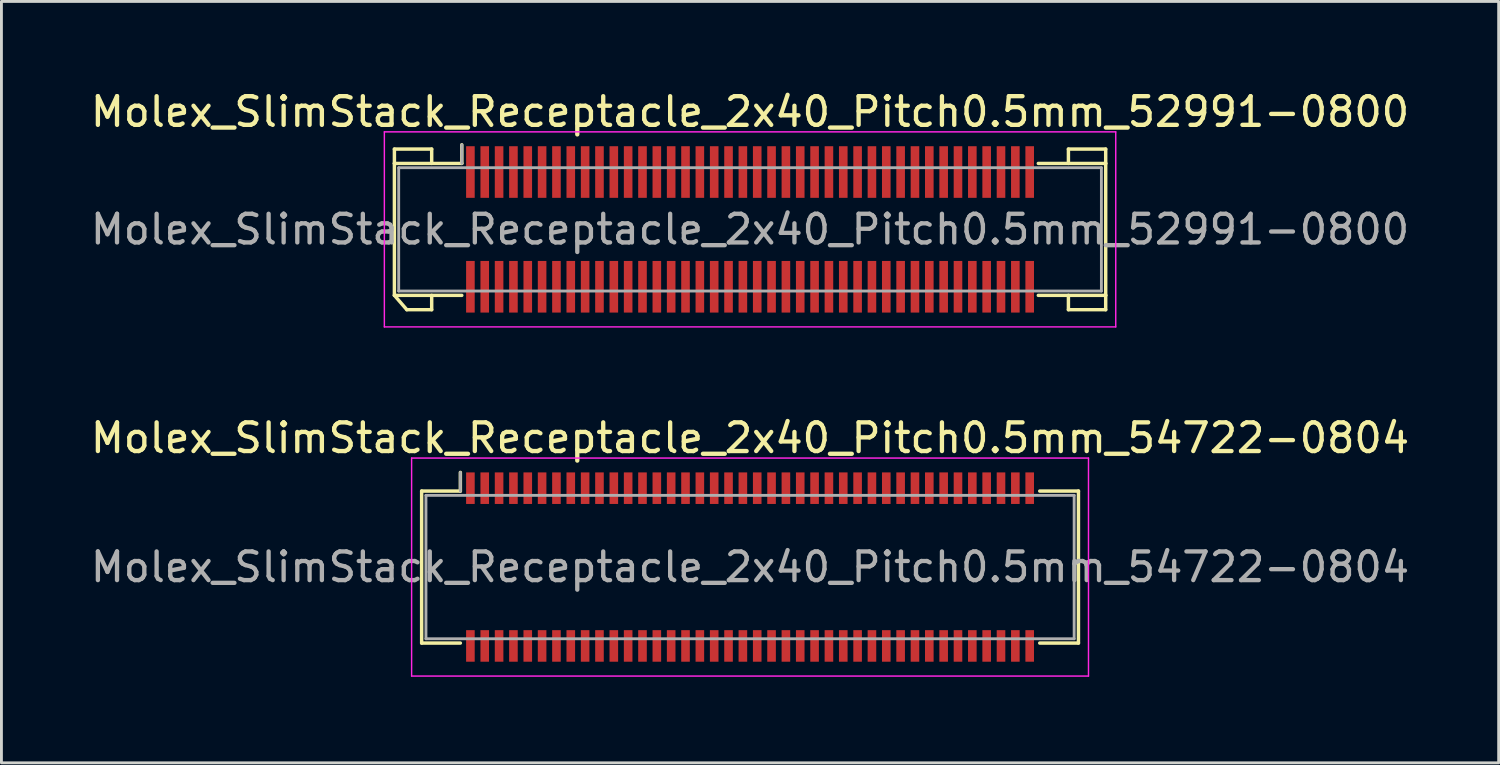
<source format=kicad_pcb>
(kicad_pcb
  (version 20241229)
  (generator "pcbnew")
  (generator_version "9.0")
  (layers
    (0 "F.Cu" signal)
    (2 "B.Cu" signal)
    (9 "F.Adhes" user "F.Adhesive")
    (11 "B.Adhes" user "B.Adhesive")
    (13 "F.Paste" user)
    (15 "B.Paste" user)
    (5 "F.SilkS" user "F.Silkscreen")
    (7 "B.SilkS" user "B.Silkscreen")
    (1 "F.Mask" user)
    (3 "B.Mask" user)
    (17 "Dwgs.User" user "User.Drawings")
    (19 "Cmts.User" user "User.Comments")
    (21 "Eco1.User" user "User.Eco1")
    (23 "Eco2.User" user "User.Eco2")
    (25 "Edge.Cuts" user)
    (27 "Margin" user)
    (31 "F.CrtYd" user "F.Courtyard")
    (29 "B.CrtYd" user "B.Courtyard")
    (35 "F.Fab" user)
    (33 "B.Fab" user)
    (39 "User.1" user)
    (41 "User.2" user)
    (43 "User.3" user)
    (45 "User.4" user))
  (footprint "Molex_SlimStack_Receptacle_2x40_Pitch0.5mm_54722-0804"
    (layer "F.Cu")
    (at 23.101 16.721)
    (property "Reference" "Molex_SlimStack_Receptacle_2x40_Pitch0.5mm_54722-0804" (at 0 -4.5 0) (layer "F.SilkS") (effects (font (size 1 1) (thickness 0.15))))
    (attr smd)
    (fp_line (start -11.45 -2.65) (end -10.1 -2.65) (stroke (width 0.12) (type solid)) (layer "F.SilkS"))
    (fp_line (start -11.45 2.65) (end -11.45 -2.65) (stroke (width 0.12) (type solid)) (layer "F.SilkS"))
    (fp_line (start -10.1 -2.65) (end -10.1 -3.3) (stroke (width 0.12) (type solid)) (layer "F.SilkS"))
    (fp_line (start -10.1 2.65) (end -11.45 2.65) (stroke (width 0.12) (type solid)) (layer "F.SilkS"))
    (fp_line (start 10.1 2.65) (end 11.45 2.65) (stroke (width 0.12) (type solid)) (layer "F.SilkS"))
    (fp_line (start 11.45 -2.65) (end 10.1 -2.65) (stroke (width 0.12) (type solid)) (layer "F.SilkS"))
    (fp_line (start 11.45 2.65) (end 11.45 -2.65) (stroke (width 0.12) (type solid)) (layer "F.SilkS"))
    (fp_line (start -11.8 -3.8) (end -11.8 3.8) (stroke (width 0.05) (type solid)) (layer "F.CrtYd"))
    (fp_line (start -11.8 3.8) (end 11.8 3.8) (stroke (width 0.05) (type solid)) (layer "F.CrtYd"))
    (fp_line (start 11.8 -3.8) (end -11.8 -3.8) (stroke (width 0.05) (type solid)) (layer "F.CrtYd"))
    (fp_line (start 11.8 3.8) (end 11.8 -3.8) (stroke (width 0.05) (type solid)) (layer "F.CrtYd"))
    (fp_line (start -11.3 -2.5) (end -11.3 2.5) (stroke (width 0.1) (type solid)) (layer "F.Fab"))
    (fp_line (start -11.3 2.5) (end 11.3 2.5) (stroke (width 0.1) (type solid)) (layer "F.Fab"))
    (fp_line (start -10.1 -2.65) (end -10.1 -3.3) (stroke (width 0.1) (type solid)) (layer "F.Fab"))
    (fp_line (start 11.3 -2.5) (end -11.3 -2.5) (stroke (width 0.1) (type solid)) (layer "F.Fab"))
    (fp_line (start 11.3 2.5) (end 11.3 -2.5) (stroke (width 0.1) (type solid)) (layer "F.Fab"))
    (fp_text user "${REFERENCE}" (at 0 0 0) (layer "F.Fab") (effects (font (size 1 1) (thickness 0.15))))
    (pad "1" smd rect (at -9.75 -2.75) (size 0.3 1.1) (layers "F.Cu" "F.Mask" "F.Paste"))
    (pad "2" smd rect (at -9.75 2.75) (size 0.3 1.1) (layers "F.Cu" "F.Mask" "F.Paste"))
    (pad "3" smd rect (at -9.25 -2.75) (size 0.3 1.1) (layers "F.Cu" "F.Mask" "F.Paste"))
    (pad "4" smd rect (at -9.25 2.75) (size 0.3 1.1) (layers "F.Cu" "F.Mask" "F.Paste"))
    (pad "5" smd rect (at -8.75 -2.75) (size 0.3 1.1) (layers "F.Cu" "F.Mask" "F.Paste"))
    (pad "6" smd rect (at -8.75 2.75) (size 0.3 1.1) (layers "F.Cu" "F.Mask" "F.Paste"))
    (pad "7" smd rect (at -8.25 -2.75) (size 0.3 1.1) (layers "F.Cu" "F.Mask" "F.Paste"))
    (pad "8" smd rect (at -8.25 2.75) (size 0.3 1.1) (layers "F.Cu" "F.Mask" "F.Paste"))
    (pad "9" smd rect (at -7.75 -2.75) (size 0.3 1.1) (layers "F.Cu" "F.Mask" "F.Paste"))
    (pad "10" smd rect (at -7.75 2.75) (size 0.3 1.1) (layers "F.Cu" "F.Mask" "F.Paste"))
    (pad "11" smd rect (at -7.25 -2.75) (size 0.3 1.1) (layers "F.Cu" "F.Mask" "F.Paste"))
    (pad "12" smd rect (at -7.25 2.75) (size 0.3 1.1) (layers "F.Cu" "F.Mask" "F.Paste"))
    (pad "13" smd rect (at -6.75 -2.75) (size 0.3 1.1) (layers "F.Cu" "F.Mask" "F.Paste"))
    (pad "14" smd rect (at -6.75 2.75) (size 0.3 1.1) (layers "F.Cu" "F.Mask" "F.Paste"))
    (pad "15" smd rect (at -6.25 -2.75) (size 0.3 1.1) (layers "F.Cu" "F.Mask" "F.Paste"))
    (pad "16" smd rect (at -6.25 2.75) (size 0.3 1.1) (layers "F.Cu" "F.Mask" "F.Paste"))
    (pad "17" smd rect (at -5.75 -2.75) (size 0.3 1.1) (layers "F.Cu" "F.Mask" "F.Paste"))
    (pad "18" smd rect (at -5.75 2.75) (size 0.3 1.1) (layers "F.Cu" "F.Mask" "F.Paste"))
    (pad "19" smd rect (at -5.25 -2.75) (size 0.3 1.1) (layers "F.Cu" "F.Mask" "F.Paste"))
    (pad "20" smd rect (at -5.25 2.75) (size 0.3 1.1) (layers "F.Cu" "F.Mask" "F.Paste"))
    (pad "21" smd rect (at -4.75 -2.75) (size 0.3 1.1) (layers "F.Cu" "F.Mask" "F.Paste"))
    (pad "22" smd rect (at -4.75 2.75) (size 0.3 1.1) (layers "F.Cu" "F.Mask" "F.Paste"))
    (pad "23" smd rect (at -4.25 -2.75) (size 0.3 1.1) (layers "F.Cu" "F.Mask" "F.Paste"))
    (pad "24" smd rect (at -4.25 2.75) (size 0.3 1.1) (layers "F.Cu" "F.Mask" "F.Paste"))
    (pad "25" smd rect (at -3.75 -2.75) (size 0.3 1.1) (layers "F.Cu" "F.Mask" "F.Paste"))
    (pad "26" smd rect (at -3.75 2.75) (size 0.3 1.1) (layers "F.Cu" "F.Mask" "F.Paste"))
    (pad "27" smd rect (at -3.25 -2.75) (size 0.3 1.1) (layers "F.Cu" "F.Mask" "F.Paste"))
    (pad "28" smd rect (at -3.25 2.75) (size 0.3 1.1) (layers "F.Cu" "F.Mask" "F.Paste"))
    (pad "29" smd rect (at -2.75 -2.75) (size 0.3 1.1) (layers "F.Cu" "F.Mask" "F.Paste"))
    (pad "30" smd rect (at -2.75 2.75) (size 0.3 1.1) (layers "F.Cu" "F.Mask" "F.Paste"))
    (pad "31" smd rect (at -2.25 -2.75) (size 0.3 1.1) (layers "F.Cu" "F.Mask" "F.Paste"))
    (pad "32" smd rect (at -2.25 2.75) (size 0.3 1.1) (layers "F.Cu" "F.Mask" "F.Paste"))
    (pad "33" smd rect (at -1.75 -2.75) (size 0.3 1.1) (layers "F.Cu" "F.Mask" "F.Paste"))
    (pad "34" smd rect (at -1.75 2.75) (size 0.3 1.1) (layers "F.Cu" "F.Mask" "F.Paste"))
    (pad "35" smd rect (at -1.25 -2.75) (size 0.3 1.1) (layers "F.Cu" "F.Mask" "F.Paste"))
    (pad "36" smd rect (at -1.25 2.75) (size 0.3 1.1) (layers "F.Cu" "F.Mask" "F.Paste"))
    (pad "37" smd rect (at -0.75 -2.75) (size 0.3 1.1) (layers "F.Cu" "F.Mask" "F.Paste"))
    (pad "38" smd rect (at -0.75 2.75) (size 0.3 1.1) (layers "F.Cu" "F.Mask" "F.Paste"))
    (pad "39" smd rect (at -0.25 -2.75) (size 0.3 1.1) (layers "F.Cu" "F.Mask" "F.Paste"))
    (pad "40" smd rect (at -0.25 2.75) (size 0.3 1.1) (layers "F.Cu" "F.Mask" "F.Paste"))
    (pad "41" smd rect (at 0.25 -2.75) (size 0.3 1.1) (layers "F.Cu" "F.Mask" "F.Paste"))
    (pad "42" smd rect (at 0.25 2.75) (size 0.3 1.1) (layers "F.Cu" "F.Mask" "F.Paste"))
    (pad "43" smd rect (at 0.75 -2.75) (size 0.3 1.1) (layers "F.Cu" "F.Mask" "F.Paste"))
    (pad "44" smd rect (at 0.75 2.75) (size 0.3 1.1) (layers "F.Cu" "F.Mask" "F.Paste"))
    (pad "45" smd rect (at 1.25 -2.75) (size 0.3 1.1) (layers "F.Cu" "F.Mask" "F.Paste"))
    (pad "46" smd rect (at 1.25 2.75) (size 0.3 1.1) (layers "F.Cu" "F.Mask" "F.Paste"))
    (pad "47" smd rect (at 1.75 -2.75) (size 0.3 1.1) (layers "F.Cu" "F.Mask" "F.Paste"))
    (pad "48" smd rect (at 1.75 2.75) (size 0.3 1.1) (layers "F.Cu" "F.Mask" "F.Paste"))
    (pad "49" smd rect (at 2.25 -2.75) (size 0.3 1.1) (layers "F.Cu" "F.Mask" "F.Paste"))
    (pad "50" smd rect (at 2.25 2.75) (size 0.3 1.1) (layers "F.Cu" "F.Mask" "F.Paste"))
    (pad "51" smd rect (at 2.75 -2.75) (size 0.3 1.1) (layers "F.Cu" "F.Mask" "F.Paste"))
    (pad "52" smd rect (at 2.75 2.75) (size 0.3 1.1) (layers "F.Cu" "F.Mask" "F.Paste"))
    (pad "53" smd rect (at 3.25 -2.75) (size 0.3 1.1) (layers "F.Cu" "F.Mask" "F.Paste"))
    (pad "54" smd rect (at 3.25 2.75) (size 0.3 1.1) (layers "F.Cu" "F.Mask" "F.Paste"))
    (pad "55" smd rect (at 3.75 -2.75) (size 0.3 1.1) (layers "F.Cu" "F.Mask" "F.Paste"))
    (pad "56" smd rect (at 3.75 2.75) (size 0.3 1.1) (layers "F.Cu" "F.Mask" "F.Paste"))
    (pad "57" smd rect (at 4.25 -2.75) (size 0.3 1.1) (layers "F.Cu" "F.Mask" "F.Paste"))
    (pad "58" smd rect (at 4.25 2.75) (size 0.3 1.1) (layers "F.Cu" "F.Mask" "F.Paste"))
    (pad "59" smd rect (at 4.75 -2.75) (size 0.3 1.1) (layers "F.Cu" "F.Mask" "F.Paste"))
    (pad "60" smd rect (at 4.75 2.75) (size 0.3 1.1) (layers "F.Cu" "F.Mask" "F.Paste"))
    (pad "61" smd rect (at 5.25 -2.75) (size 0.3 1.1) (layers "F.Cu" "F.Mask" "F.Paste"))
    (pad "62" smd rect (at 5.25 2.75) (size 0.3 1.1) (layers "F.Cu" "F.Mask" "F.Paste"))
    (pad "63" smd rect (at 5.75 -2.75) (size 0.3 1.1) (layers "F.Cu" "F.Mask" "F.Paste"))
    (pad "64" smd rect (at 5.75 2.75) (size 0.3 1.1) (layers "F.Cu" "F.Mask" "F.Paste"))
    (pad "65" smd rect (at 6.25 -2.75) (size 0.3 1.1) (layers "F.Cu" "F.Mask" "F.Paste"))
    (pad "66" smd rect (at 6.25 2.75) (size 0.3 1.1) (layers "F.Cu" "F.Mask" "F.Paste"))
    (pad "67" smd rect (at 6.75 -2.75) (size 0.3 1.1) (layers "F.Cu" "F.Mask" "F.Paste"))
    (pad "68" smd rect (at 6.75 2.75) (size 0.3 1.1) (layers "F.Cu" "F.Mask" "F.Paste"))
    (pad "69" smd rect (at 7.25 -2.75) (size 0.3 1.1) (layers "F.Cu" "F.Mask" "F.Paste"))
    (pad "70" smd rect (at 7.25 2.75) (size 0.3 1.1) (layers "F.Cu" "F.Mask" "F.Paste"))
    (pad "71" smd rect (at 7.75 -2.75) (size 0.3 1.1) (layers "F.Cu" "F.Mask" "F.Paste"))
    (pad "72" smd rect (at 7.75 2.75) (size 0.3 1.1) (layers "F.Cu" "F.Mask" "F.Paste"))
    (pad "73" smd rect (at 8.25 -2.75) (size 0.3 1.1) (layers "F.Cu" "F.Mask" "F.Paste"))
    (pad "74" smd rect (at 8.25 2.75) (size 0.3 1.1) (layers "F.Cu" "F.Mask" "F.Paste"))
    (pad "75" smd rect (at 8.75 -2.75) (size 0.3 1.1) (layers "F.Cu" "F.Mask" "F.Paste"))
    (pad "76" smd rect (at 8.75 2.75) (size 0.3 1.1) (layers "F.Cu" "F.Mask" "F.Paste"))
    (pad "77" smd rect (at 9.25 -2.75) (size 0.3 1.1) (layers "F.Cu" "F.Mask" "F.Paste"))
    (pad "78" smd rect (at 9.25 2.75) (size 0.3 1.1) (layers "F.Cu" "F.Mask" "F.Paste"))
    (pad "79" smd rect (at 9.75 -2.75) (size 0.3 1.1) (layers "F.Cu" "F.Mask" "F.Paste"))
    (pad "80" smd rect (at 9.75 2.75) (size 0.3 1.1) (layers "F.Cu" "F.Mask" "F.Paste")))
  (footprint "Molex_SlimStack_Receptacle_2x40_Pitch0.5mm_52991-0800"
    (layer "F.Cu")
    (at 23.101 4.948)
    (property "Reference" "Molex_SlimStack_Receptacle_2x40_Pitch0.5mm_52991-0800" (at 0 -4.1 0) (layer "F.SilkS") (effects (font (size 1 1) (thickness 0.15))))
    (attr smd)
    (fp_line (start -12.4 -2.8) (end -11.1 -2.8) (stroke (width 0.12) (type solid)) (layer "F.SilkS"))
    (fp_line (start -12.4 -2.3) (end -12.4 -2.8) (stroke (width 0.12) (type solid)) (layer "F.SilkS"))
    (fp_line (start -12.4 -2.3) (end -10.05 -2.3) (stroke (width 0.12) (type solid)) (layer "F.SilkS"))
    (fp_line (start -12.4 2.3) (end -12.4 -2.3) (stroke (width 0.12) (type solid)) (layer "F.SilkS"))
    (fp_line (start -12.4 2.3) (end -11.967 2.8) (stroke (width 0.12) (type solid)) (layer "F.SilkS"))
    (fp_line (start -11.967 2.8) (end -11.1 2.8) (stroke (width 0.12) (type solid)) (layer "F.SilkS"))
    (fp_line (start -11.1 -2.8) (end -11.1 -2.3) (stroke (width 0.12) (type solid)) (layer "F.SilkS"))
    (fp_line (start -11.1 2.8) (end -11.1 2.3) (stroke (width 0.12) (type solid)) (layer "F.SilkS"))
    (fp_line (start -10.05 -2.3) (end -10.05 -2.95) (stroke (width 0.12) (type solid)) (layer "F.SilkS"))
    (fp_line (start -10.05 2.3) (end -12.4 2.3) (stroke (width 0.12) (type solid)) (layer "F.SilkS"))
    (fp_line (start 10.05 2.3) (end 12.4 2.3) (stroke (width 0.12) (type solid)) (layer "F.SilkS"))
    (fp_line (start 11.1 -2.8) (end 11.1 -2.3) (stroke (width 0.12) (type solid)) (layer "F.SilkS"))
    (fp_line (start 11.1 2.8) (end 11.1 2.3) (stroke (width 0.12) (type solid)) (layer "F.SilkS"))
    (fp_line (start 12.4 -2.8) (end 11.1 -2.8) (stroke (width 0.12) (type solid)) (layer "F.SilkS"))
    (fp_line (start 12.4 -2.3) (end 10.05 -2.3) (stroke (width 0.12) (type solid)) (layer "F.SilkS"))
    (fp_line (start 12.4 -2.3) (end 12.4 -2.8) (stroke (width 0.12) (type solid)) (layer "F.SilkS"))
    (fp_line (start 12.4 2.3) (end 12.4 -2.3) (stroke (width 0.12) (type solid)) (layer "F.SilkS"))
    (fp_line (start 12.4 2.3) (end 12.4 2.8) (stroke (width 0.12) (type solid)) (layer "F.SilkS"))
    (fp_line (start 12.4 2.8) (end 11.1 2.8) (stroke (width 0.12) (type solid)) (layer "F.SilkS"))
    (fp_line (start -12.75 -3.4) (end -12.75 3.4) (stroke (width 0.05) (type solid)) (layer "F.CrtYd"))
    (fp_line (start -12.75 3.4) (end 12.75 3.4) (stroke (width 0.05) (type solid)) (layer "F.CrtYd"))
    (fp_line (start 12.75 -3.4) (end -12.75 -3.4) (stroke (width 0.05) (type solid)) (layer "F.CrtYd"))
    (fp_line (start 12.75 3.4) (end 12.75 -3.4) (stroke (width 0.05) (type solid)) (layer "F.CrtYd"))
    (fp_line (start -12.25 -2.15) (end -12.25 2.15) (stroke (width 0.1) (type solid)) (layer "F.Fab"))
    (fp_line (start -12.25 2.15) (end 12.25 2.15) (stroke (width 0.1) (type solid)) (layer "F.Fab"))
    (fp_line (start -10.05 -2.3) (end -10.05 -2.95) (stroke (width 0.1) (type solid)) (layer "F.Fab"))
    (fp_line (start 12.25 -2.15) (end -12.25 -2.15) (stroke (width 0.1) (type solid)) (layer "F.Fab"))
    (fp_line (start 12.25 2.15) (end 12.25 -2.15) (stroke (width 0.1) (type solid)) (layer "F.Fab"))
    (fp_text user "${REFERENCE}" (at 0 0 0) (layer "F.Fab") (effects (font (size 1 1) (thickness 0.15))))
    (pad "1" smd rect (at -9.75 -2) (size 0.3 1.8) (layers "F.Cu" "F.Mask" "F.Paste"))
    (pad "2" smd rect (at -9.75 2) (size 0.3 1.8) (layers "F.Cu" "F.Mask" "F.Paste"))
    (pad "3" smd rect (at -9.25 -2) (size 0.3 1.8) (layers "F.Cu" "F.Mask" "F.Paste"))
    (pad "4" smd rect (at -9.25 2) (size 0.3 1.8) (layers "F.Cu" "F.Mask" "F.Paste"))
    (pad "5" smd rect (at -8.75 -2) (size 0.3 1.8) (layers "F.Cu" "F.Mask" "F.Paste"))
    (pad "6" smd rect (at -8.75 2) (size 0.3 1.8) (layers "F.Cu" "F.Mask" "F.Paste"))
    (pad "7" smd rect (at -8.25 -2) (size 0.3 1.8) (layers "F.Cu" "F.Mask" "F.Paste"))
    (pad "8" smd rect (at -8.25 2) (size 0.3 1.8) (layers "F.Cu" "F.Mask" "F.Paste"))
    (pad "9" smd rect (at -7.75 -2) (size 0.3 1.8) (layers "F.Cu" "F.Mask" "F.Paste"))
    (pad "10" smd rect (at -7.75 2) (size 0.3 1.8) (layers "F.Cu" "F.Mask" "F.Paste"))
    (pad "11" smd rect (at -7.25 -2) (size 0.3 1.8) (layers "F.Cu" "F.Mask" "F.Paste"))
    (pad "12" smd rect (at -7.25 2) (size 0.3 1.8) (layers "F.Cu" "F.Mask" "F.Paste"))
    (pad "13" smd rect (at -6.75 -2) (size 0.3 1.8) (layers "F.Cu" "F.Mask" "F.Paste"))
    (pad "14" smd rect (at -6.75 2) (size 0.3 1.8) (layers "F.Cu" "F.Mask" "F.Paste"))
    (pad "15" smd rect (at -6.25 -2) (size 0.3 1.8) (layers "F.Cu" "F.Mask" "F.Paste"))
    (pad "16" smd rect (at -6.25 2) (size 0.3 1.8) (layers "F.Cu" "F.Mask" "F.Paste"))
    (pad "17" smd rect (at -5.75 -2) (size 0.3 1.8) (layers "F.Cu" "F.Mask" "F.Paste"))
    (pad "18" smd rect (at -5.75 2) (size 0.3 1.8) (layers "F.Cu" "F.Mask" "F.Paste"))
    (pad "19" smd rect (at -5.25 -2) (size 0.3 1.8) (layers "F.Cu" "F.Mask" "F.Paste"))
    (pad "20" smd rect (at -5.25 2) (size 0.3 1.8) (layers "F.Cu" "F.Mask" "F.Paste"))
    (pad "21" smd rect (at -4.75 -2) (size 0.3 1.8) (layers "F.Cu" "F.Mask" "F.Paste"))
    (pad "22" smd rect (at -4.75 2) (size 0.3 1.8) (layers "F.Cu" "F.Mask" "F.Paste"))
    (pad "23" smd rect (at -4.25 -2) (size 0.3 1.8) (layers "F.Cu" "F.Mask" "F.Paste"))
    (pad "24" smd rect (at -4.25 2) (size 0.3 1.8) (layers "F.Cu" "F.Mask" "F.Paste"))
    (pad "25" smd rect (at -3.75 -2) (size 0.3 1.8) (layers "F.Cu" "F.Mask" "F.Paste"))
    (pad "26" smd rect (at -3.75 2) (size 0.3 1.8) (layers "F.Cu" "F.Mask" "F.Paste"))
    (pad "27" smd rect (at -3.25 -2) (size 0.3 1.8) (layers "F.Cu" "F.Mask" "F.Paste"))
    (pad "28" smd rect (at -3.25 2) (size 0.3 1.8) (layers "F.Cu" "F.Mask" "F.Paste"))
    (pad "29" smd rect (at -2.75 -2) (size 0.3 1.8) (layers "F.Cu" "F.Mask" "F.Paste"))
    (pad "30" smd rect (at -2.75 2) (size 0.3 1.8) (layers "F.Cu" "F.Mask" "F.Paste"))
    (pad "31" smd rect (at -2.25 -2) (size 0.3 1.8) (layers "F.Cu" "F.Mask" "F.Paste"))
    (pad "32" smd rect (at -2.25 2) (size 0.3 1.8) (layers "F.Cu" "F.Mask" "F.Paste"))
    (pad "33" smd rect (at -1.75 -2) (size 0.3 1.8) (layers "F.Cu" "F.Mask" "F.Paste"))
    (pad "34" smd rect (at -1.75 2) (size 0.3 1.8) (layers "F.Cu" "F.Mask" "F.Paste"))
    (pad "35" smd rect (at -1.25 -2) (size 0.3 1.8) (layers "F.Cu" "F.Mask" "F.Paste"))
    (pad "36" smd rect (at -1.25 2) (size 0.3 1.8) (layers "F.Cu" "F.Mask" "F.Paste"))
    (pad "37" smd rect (at -0.75 -2) (size 0.3 1.8) (layers "F.Cu" "F.Mask" "F.Paste"))
    (pad "38" smd rect (at -0.75 2) (size 0.3 1.8) (layers "F.Cu" "F.Mask" "F.Paste"))
    (pad "39" smd rect (at -0.25 -2) (size 0.3 1.8) (layers "F.Cu" "F.Mask" "F.Paste"))
    (pad "40" smd rect (at -0.25 2) (size 0.3 1.8) (layers "F.Cu" "F.Mask" "F.Paste"))
    (pad "41" smd rect (at 0.25 -2) (size 0.3 1.8) (layers "F.Cu" "F.Mask" "F.Paste"))
    (pad "42" smd rect (at 0.25 2) (size 0.3 1.8) (layers "F.Cu" "F.Mask" "F.Paste"))
    (pad "43" smd rect (at 0.75 -2) (size 0.3 1.8) (layers "F.Cu" "F.Mask" "F.Paste"))
    (pad "44" smd rect (at 0.75 2) (size 0.3 1.8) (layers "F.Cu" "F.Mask" "F.Paste"))
    (pad "45" smd rect (at 1.25 -2) (size 0.3 1.8) (layers "F.Cu" "F.Mask" "F.Paste"))
    (pad "46" smd rect (at 1.25 2) (size 0.3 1.8) (layers "F.Cu" "F.Mask" "F.Paste"))
    (pad "47" smd rect (at 1.75 -2) (size 0.3 1.8) (layers "F.Cu" "F.Mask" "F.Paste"))
    (pad "48" smd rect (at 1.75 2) (size 0.3 1.8) (layers "F.Cu" "F.Mask" "F.Paste"))
    (pad "49" smd rect (at 2.25 -2) (size 0.3 1.8) (layers "F.Cu" "F.Mask" "F.Paste"))
    (pad "50" smd rect (at 2.25 2) (size 0.3 1.8) (layers "F.Cu" "F.Mask" "F.Paste"))
    (pad "51" smd rect (at 2.75 -2) (size 0.3 1.8) (layers "F.Cu" "F.Mask" "F.Paste"))
    (pad "52" smd rect (at 2.75 2) (size 0.3 1.8) (layers "F.Cu" "F.Mask" "F.Paste"))
    (pad "53" smd rect (at 3.25 -2) (size 0.3 1.8) (layers "F.Cu" "F.Mask" "F.Paste"))
    (pad "54" smd rect (at 3.25 2) (size 0.3 1.8) (layers "F.Cu" "F.Mask" "F.Paste"))
    (pad "55" smd rect (at 3.75 -2) (size 0.3 1.8) (layers "F.Cu" "F.Mask" "F.Paste"))
    (pad "56" smd rect (at 3.75 2) (size 0.3 1.8) (layers "F.Cu" "F.Mask" "F.Paste"))
    (pad "57" smd rect (at 4.25 -2) (size 0.3 1.8) (layers "F.Cu" "F.Mask" "F.Paste"))
    (pad "58" smd rect (at 4.25 2) (size 0.3 1.8) (layers "F.Cu" "F.Mask" "F.Paste"))
    (pad "59" smd rect (at 4.75 -2) (size 0.3 1.8) (layers "F.Cu" "F.Mask" "F.Paste"))
    (pad "60" smd rect (at 4.75 2) (size 0.3 1.8) (layers "F.Cu" "F.Mask" "F.Paste"))
    (pad "61" smd rect (at 5.25 -2) (size 0.3 1.8) (layers "F.Cu" "F.Mask" "F.Paste"))
    (pad "62" smd rect (at 5.25 2) (size 0.3 1.8) (layers "F.Cu" "F.Mask" "F.Paste"))
    (pad "63" smd rect (at 5.75 -2) (size 0.3 1.8) (layers "F.Cu" "F.Mask" "F.Paste"))
    (pad "64" smd rect (at 5.75 2) (size 0.3 1.8) (layers "F.Cu" "F.Mask" "F.Paste"))
    (pad "65" smd rect (at 6.25 -2) (size 0.3 1.8) (layers "F.Cu" "F.Mask" "F.Paste"))
    (pad "66" smd rect (at 6.25 2) (size 0.3 1.8) (layers "F.Cu" "F.Mask" "F.Paste"))
    (pad "67" smd rect (at 6.75 -2) (size 0.3 1.8) (layers "F.Cu" "F.Mask" "F.Paste"))
    (pad "68" smd rect (at 6.75 2) (size 0.3 1.8) (layers "F.Cu" "F.Mask" "F.Paste"))
    (pad "69" smd rect (at 7.25 -2) (size 0.3 1.8) (layers "F.Cu" "F.Mask" "F.Paste"))
    (pad "70" smd rect (at 7.25 2) (size 0.3 1.8) (layers "F.Cu" "F.Mask" "F.Paste"))
    (pad "71" smd rect (at 7.75 -2) (size 0.3 1.8) (layers "F.Cu" "F.Mask" "F.Paste"))
    (pad "72" smd rect (at 7.75 2) (size 0.3 1.8) (layers "F.Cu" "F.Mask" "F.Paste"))
    (pad "73" smd rect (at 8.25 -2) (size 0.3 1.8) (layers "F.Cu" "F.Mask" "F.Paste"))
    (pad "74" smd rect (at 8.25 2) (size 0.3 1.8) (layers "F.Cu" "F.Mask" "F.Paste"))
    (pad "75" smd rect (at 8.75 -2) (size 0.3 1.8) (layers "F.Cu" "F.Mask" "F.Paste"))
    (pad "76" smd rect (at 8.75 2) (size 0.3 1.8) (layers "F.Cu" "F.Mask" "F.Paste"))
    (pad "77" smd rect (at 9.25 -2) (size 0.3 1.8) (layers "F.Cu" "F.Mask" "F.Paste"))
    (pad "78" smd rect (at 9.25 2) (size 0.3 1.8) (layers "F.Cu" "F.Mask" "F.Paste"))
    (pad "79" smd rect (at 9.75 -2) (size 0.3 1.8) (layers "F.Cu" "F.Mask" "F.Paste"))
    (pad "80" smd rect (at 9.75 2) (size 0.3 1.8) (layers "F.Cu" "F.Mask" "F.Paste")))
  (gr_rect
    (start -3 -3)
    (end 49.202 23.547)
    (stroke (width 0.1) (type default))
    (fill no)
    (layer "Edge.Cuts")))
</source>
